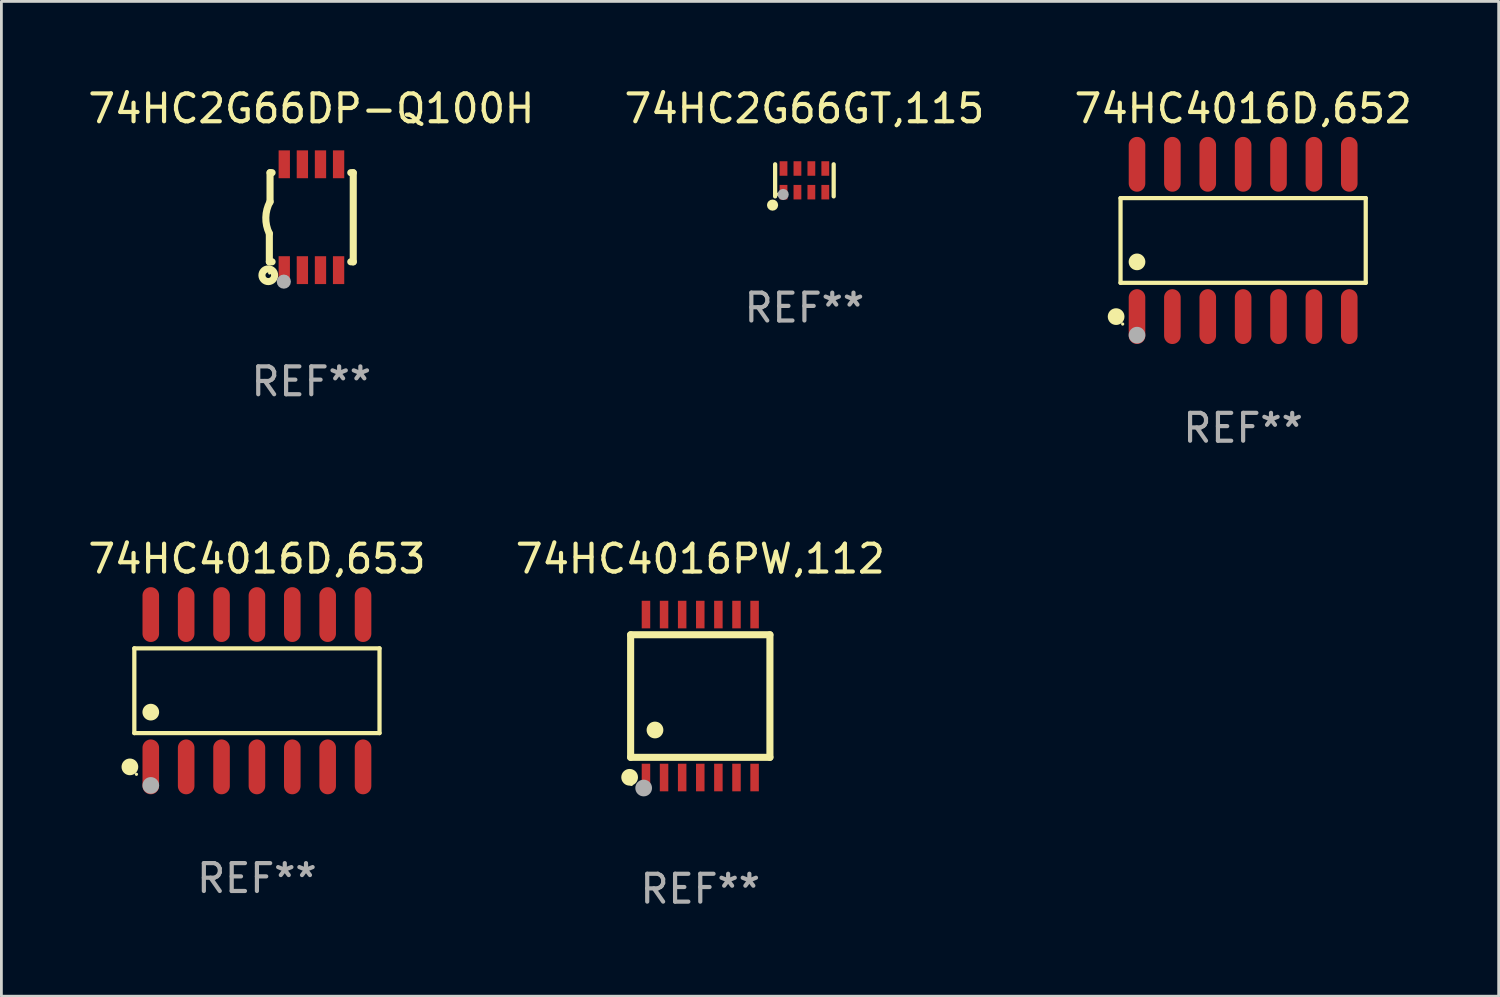
<source format=kicad_pcb>
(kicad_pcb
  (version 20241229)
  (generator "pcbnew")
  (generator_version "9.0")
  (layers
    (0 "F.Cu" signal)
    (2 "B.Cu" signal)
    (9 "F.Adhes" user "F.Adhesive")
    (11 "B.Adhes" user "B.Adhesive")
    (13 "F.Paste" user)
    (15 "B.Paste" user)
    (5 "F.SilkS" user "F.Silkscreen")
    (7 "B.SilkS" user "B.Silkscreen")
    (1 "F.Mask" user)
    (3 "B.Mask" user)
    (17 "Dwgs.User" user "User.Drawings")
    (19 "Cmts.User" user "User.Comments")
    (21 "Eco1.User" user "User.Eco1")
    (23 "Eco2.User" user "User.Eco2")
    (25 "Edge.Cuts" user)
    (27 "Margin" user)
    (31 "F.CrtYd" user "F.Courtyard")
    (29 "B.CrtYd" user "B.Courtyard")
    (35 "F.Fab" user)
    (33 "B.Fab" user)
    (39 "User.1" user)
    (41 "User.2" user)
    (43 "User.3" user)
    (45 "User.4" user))
  (footprint "74HC2G66GT,115"
    (layer "F.Cu")
    (at 25.827 3.424)
    (property "Reference" "74HC2G66GT,115" (at 0 -2.576 0) (layer "F.SilkS") (effects (font (size 1 1) (thickness 0.15))))
    (attr through_hole)
    (fp_line (start -1.051 0.576) (end -1.051 -0.576) (stroke (width 0.152) (type solid)) (layer "F.SilkS"))
    (fp_line (start 1.051 -0.576) (end 1.051 0.576) (stroke (width 0.152) (type solid)) (layer "F.SilkS"))
    (fp_circle (center -1.143 0.889) (end -1.043 0.889) (stroke (width 0.2) (type solid)) (fill no) (layer "F.SilkS"))
    (fp_circle (center -0.975 0.5) (end -0.945 0.5) (stroke (width 0.06) (type solid)) (fill no) (layer "F.SilkS"))
    (fp_circle (center -0.762 0.508) (end -0.662 0.508) (stroke (width 0.2) (type solid)) (fill no) (layer "F.Fab"))
    (fp_text user "REF**" (at 0 4.576 0) (layer "F.Fab") (effects (font (size 1 1) (thickness 0.15))))
    (pad "1" smd rect (at -0.75 0.425) (size 0.28 0.521) (layers "F.Cu" "F.Mask" "F.Paste"))
    (pad "2" smd rect (at -0.25 0.425) (size 0.28 0.521) (layers "F.Cu" "F.Mask" "F.Paste"))
    (pad "3" smd rect (at 0.25 0.425) (size 0.28 0.521) (layers "F.Cu" "F.Mask" "F.Paste"))
    (pad "4" smd rect (at 0.75 0.425) (size 0.28 0.521) (layers "F.Cu" "F.Mask" "F.Paste"))
    (pad "5" smd rect (at 0.75 -0.425) (size 0.28 0.521) (layers "F.Cu" "F.Mask" "F.Paste"))
    (pad "6" smd rect (at 0.25 -0.425) (size 0.28 0.521) (layers "F.Cu" "F.Mask" "F.Paste"))
    (pad "7" smd rect (at -0.25 -0.425) (size 0.28 0.521) (layers "F.Cu" "F.Mask" "F.Paste"))
    (pad "8" smd rect (at -0.75 -0.425) (size 0.28 0.521) (layers "F.Cu" "F.Mask" "F.Paste")))
  (footprint "74HC4016PW,112"
    (layer "F.Cu")
    (at 22.089 21.937)
    (property "Reference" "74HC4016PW,112" (at 0 -4.925 0) (layer "F.SilkS") (effects (font (size 1 1) (thickness 0.15))))
    (attr through_hole)
    (fp_line (start -2.5 2.2) (end -2.5 -2.2) (stroke (width 0.254) (type solid)) (layer "F.SilkS"))
    (fp_line (start -2.5 2.2) (end 2.5 2.2) (stroke (width 0.254) (type solid)) (layer "F.SilkS"))
    (fp_line (start 2.5 -2.2) (end -2.5 -2.2) (stroke (width 0.254) (type solid)) (layer "F.SilkS"))
    (fp_line (start 2.5 -2.2) (end 2.5 2.2) (stroke (width 0.254) (type solid)) (layer "F.SilkS"))
    (fp_circle (center -2.536 2.917) (end -2.386 2.917) (stroke (width 0.3) (type solid)) (fill no) (layer "F.SilkS"))
    (fp_circle (center -2.47 3.17) (end -2.44 3.17) (stroke (width 0.06) (type solid)) (fill no) (layer "F.SilkS"))
    (fp_circle (center -1.626 1.219) (end -1.475 1.219) (stroke (width 0.3) (type solid)) (fill no) (layer "F.SilkS"))
    (fp_circle (center -2.032 3.302) (end -1.882 3.302) (stroke (width 0.3) (type solid)) (fill no) (layer "F.Fab"))
    (fp_text user "REF**" (at 0 6.925 0) (layer "F.Fab") (effects (font (size 1 1) (thickness 0.15))))
    (pad "1" smd rect (at -1.95 2.925) (size 0.305 0.991) (layers "F.Cu" "F.Mask" "F.Paste"))
    (pad "2" smd rect (at -1.3 2.925) (size 0.305 0.991) (layers "F.Cu" "F.Mask" "F.Paste"))
    (pad "3" smd rect (at -0.65 2.925) (size 0.305 0.991) (layers "F.Cu" "F.Mask" "F.Paste"))
    (pad "4" smd rect (at 0 2.925) (size 0.305 0.991) (layers "F.Cu" "F.Mask" "F.Paste"))
    (pad "5" smd rect (at 0.65 2.925) (size 0.305 0.991) (layers "F.Cu" "F.Mask" "F.Paste"))
    (pad "6" smd rect (at 1.3 2.925) (size 0.305 0.991) (layers "F.Cu" "F.Mask" "F.Paste"))
    (pad "7" smd rect (at 1.95 2.925) (size 0.305 0.991) (layers "F.Cu" "F.Mask" "F.Paste"))
    (pad "8" smd rect (at 1.95 -2.925) (size 0.305 0.991) (layers "F.Cu" "F.Mask" "F.Paste"))
    (pad "9" smd rect (at 1.3 -2.925) (size 0.305 0.991) (layers "F.Cu" "F.Mask" "F.Paste"))
    (pad "10" smd rect (at 0.65 -2.925) (size 0.305 0.991) (layers "F.Cu" "F.Mask" "F.Paste"))
    (pad "11" smd rect (at 0 -2.925) (size 0.305 0.991) (layers "F.Cu" "F.Mask" "F.Paste"))
    (pad "12" smd rect (at -0.65 -2.925) (size 0.305 0.991) (layers "F.Cu" "F.Mask" "F.Paste"))
    (pad "13" smd rect (at -1.3 -2.925) (size 0.305 0.991) (layers "F.Cu" "F.Mask" "F.Paste"))
    (pad "14" smd rect (at -1.95 -2.925) (size 0.305 0.991) (layers "F.Cu" "F.Mask" "F.Paste")))
  (footprint "74HC2G66DP-Q100H"
    (layer "F.Cu")
    (at 8.125 4.748)
    (property "Reference" "74HC2G66DP-Q100H" (at 0 -3.9 0) (layer "F.SilkS") (effects (font (size 1 1) (thickness 0.15))))
    (attr through_hole)
    (fp_line (start -1.506 1.6) (end -1.506 0.584) (stroke (width 0.254) (type solid)) (layer "F.SilkS"))
    (fp_line (start -1.506 1.6) (end -1.407 1.6) (stroke (width 0.254) (type solid)) (layer "F.SilkS"))
    (fp_line (start -1.481 -1.599) (end -1.481 -0.549) (stroke (width 0.254) (type solid)) (layer "F.SilkS"))
    (fp_line (start -1.481 -1.599) (end -1.407 -1.599) (stroke (width 0.254) (type solid)) (layer "F.SilkS"))
    (fp_line (start 1.417 -1.599) (end 1.506 -1.599) (stroke (width 0.254) (type solid)) (layer "F.SilkS"))
    (fp_line (start 1.417 1.6) (end 1.506 1.6) (stroke (width 0.254) (type solid)) (layer "F.SilkS"))
    (fp_line (start 1.506 1.603) (end 1.506 -1.595) (stroke (width 0.254) (type solid)) (layer "F.SilkS"))
    (fp_arc (start -1.506223 0.584328) (mid -1.632455 0.00974) (end -1.480823 -0.558674) (stroke (width 0.254001) (type solid)) (layer "F.SilkS"))
    (fp_circle (center -1.544 2.083) (end -1.443 2.083) (stroke (width 0.254) (type solid)) (fill no) (layer "F.SilkS"))
    (fp_circle (center -1.495 2) (end -1.465 2) (stroke (width 0.06) (type solid)) (fill no) (layer "F.SilkS"))
    (fp_circle (center -0.986 2.312) (end -0.859 2.312) (stroke (width 0.254) (type solid)) (fill no) (layer "F.Fab"))
    (fp_text user "REF**" (at 0 5.9 0) (layer "F.Fab") (effects (font (size 1 1) (thickness 0.15))))
    (pad "1" smd rect (at -0.97 1.9 90) (size 1 0.406) (layers "F.Cu" "F.Mask" "F.Paste"))
    (pad "2" smd rect (at -0.32 1.9 90) (size 1 0.406) (layers "F.Cu" "F.Mask" "F.Paste"))
    (pad "3" smd rect (at 0.33 1.9 90) (size 1 0.406) (layers "F.Cu" "F.Mask" "F.Paste"))
    (pad "4" smd rect (at 0.98 1.9 90) (size 1 0.406) (layers "F.Cu" "F.Mask" "F.Paste"))
    (pad "5" smd rect (at 0.98 -1.9 90) (size 1 0.406) (layers "F.Cu" "F.Mask" "F.Paste"))
    (pad "6" smd rect (at 0.33 -1.9 90) (size 1 0.406) (layers "F.Cu" "F.Mask" "F.Paste"))
    (pad "7" smd rect (at -0.32 -1.9 90) (size 1 0.406) (layers "F.Cu" "F.Mask" "F.Paste"))
    (pad "8" smd rect (at -0.97 -1.9 90) (size 1 0.406) (layers "F.Cu" "F.Mask" "F.Paste")))
  (footprint "74HC4016D,652"
    (layer "F.Cu")
    (at 41.577 5.582)
    (property "Reference" "74HC4016D,652" (at 0 -4.734 0) (layer "F.SilkS") (effects (font (size 1 1) (thickness 0.15))))
    (attr through_hole)
    (fp_line (start -4.401 -1.521) (end 4.401 -1.521) (stroke (width 0.152) (type solid)) (layer "F.SilkS"))
    (fp_line (start -4.401 1.521) (end -4.401 -1.521) (stroke (width 0.152) (type solid)) (layer "F.SilkS"))
    (fp_line (start 4.401 -1.521) (end 4.401 1.521) (stroke (width 0.152) (type solid)) (layer "F.SilkS"))
    (fp_line (start 4.401 1.521) (end -4.401 1.521) (stroke (width 0.152) (type solid)) (layer "F.SilkS"))
    (fp_circle (center -4.56 2.734) (end -4.41 2.734) (stroke (width 0.3) (type solid)) (fill no) (layer "F.SilkS"))
    (fp_circle (center -4.325 3) (end -4.295 3) (stroke (width 0.06) (type solid)) (fill no) (layer "F.SilkS"))
    (fp_circle (center -3.81 0.769) (end -3.66 0.769) (stroke (width 0.3) (type solid)) (fill no) (layer "F.SilkS"))
    (fp_circle (center -3.81 3.4) (end -3.66 3.4) (stroke (width 0.3) (type solid)) (fill no) (layer "F.Fab"))
    (fp_text user "REF**" (at 0 6.734 0) (layer "F.Fab") (effects (font (size 1 1) (thickness 0.15))))
    (pad "1" smd oval (at -3.81 2.734) (size 0.595 1.968) (layers "F.Cu" "F.Mask" "F.Paste"))
    (pad "2" smd oval (at -2.54 2.734) (size 0.595 1.968) (layers "F.Cu" "F.Mask" "F.Paste"))
    (pad "3" smd oval (at -1.27 2.734) (size 0.595 1.968) (layers "F.Cu" "F.Mask" "F.Paste"))
    (pad "4" smd oval (at 0 2.734) (size 0.595 1.968) (layers "F.Cu" "F.Mask" "F.Paste"))
    (pad "5" smd oval (at 1.27 2.734) (size 0.595 1.968) (layers "F.Cu" "F.Mask" "F.Paste"))
    (pad "6" smd oval (at 2.54 2.734) (size 0.595 1.968) (layers "F.Cu" "F.Mask" "F.Paste"))
    (pad "7" smd oval (at 3.81 2.734) (size 0.595 1.968) (layers "F.Cu" "F.Mask" "F.Paste"))
    (pad "8" smd oval (at 3.81 -2.734) (size 0.595 1.968) (layers "F.Cu" "F.Mask" "F.Paste"))
    (pad "9" smd oval (at 2.54 -2.734) (size 0.595 1.968) (layers "F.Cu" "F.Mask" "F.Paste"))
    (pad "10" smd oval (at 1.27 -2.734) (size 0.595 1.968) (layers "F.Cu" "F.Mask" "F.Paste"))
    (pad "11" smd oval (at 0 -2.734) (size 0.595 1.968) (layers "F.Cu" "F.Mask" "F.Paste"))
    (pad "12" smd oval (at -1.27 -2.734) (size 0.595 1.968) (layers "F.Cu" "F.Mask" "F.Paste"))
    (pad "13" smd oval (at -2.54 -2.734) (size 0.595 1.968) (layers "F.Cu" "F.Mask" "F.Paste"))
    (pad "14" smd oval (at -3.81 -2.734) (size 0.595 1.968) (layers "F.Cu" "F.Mask" "F.Paste")))
  (footprint "74HC4016D,653"
    (layer "F.Cu")
    (at 6.173 21.746)
    (property "Reference" "74HC4016D,653" (at 0 -4.734 0) (layer "F.SilkS") (effects (font (size 1 1) (thickness 0.15))))
    (attr through_hole)
    (fp_line (start -4.401 -1.521) (end 4.401 -1.521) (stroke (width 0.152) (type solid)) (layer "F.SilkS"))
    (fp_line (start -4.401 1.521) (end -4.401 -1.521) (stroke (width 0.152) (type solid)) (layer "F.SilkS"))
    (fp_line (start 4.401 -1.521) (end 4.401 1.521) (stroke (width 0.152) (type solid)) (layer "F.SilkS"))
    (fp_line (start 4.401 1.521) (end -4.401 1.521) (stroke (width 0.152) (type solid)) (layer "F.SilkS"))
    (fp_circle (center -4.56 2.734) (end -4.41 2.734) (stroke (width 0.3) (type solid)) (fill no) (layer "F.SilkS"))
    (fp_circle (center -4.325 3) (end -4.295 3) (stroke (width 0.06) (type solid)) (fill no) (layer "F.SilkS"))
    (fp_circle (center -3.81 0.769) (end -3.66 0.769) (stroke (width 0.3) (type solid)) (fill no) (layer "F.SilkS"))
    (fp_circle (center -3.81 3.4) (end -3.66 3.4) (stroke (width 0.3) (type solid)) (fill no) (layer "F.Fab"))
    (fp_text user "REF**" (at 0 6.734 0) (layer "F.Fab") (effects (font (size 1 1) (thickness 0.15))))
    (pad "1" smd oval (at -3.81 2.734) (size 0.595 1.968) (layers "F.Cu" "F.Mask" "F.Paste"))
    (pad "2" smd oval (at -2.54 2.734) (size 0.595 1.968) (layers "F.Cu" "F.Mask" "F.Paste"))
    (pad "3" smd oval (at -1.27 2.734) (size 0.595 1.968) (layers "F.Cu" "F.Mask" "F.Paste"))
    (pad "4" smd oval (at 0 2.734) (size 0.595 1.968) (layers "F.Cu" "F.Mask" "F.Paste"))
    (pad "5" smd oval (at 1.27 2.734) (size 0.595 1.968) (layers "F.Cu" "F.Mask" "F.Paste"))
    (pad "6" smd oval (at 2.54 2.734) (size 0.595 1.968) (layers "F.Cu" "F.Mask" "F.Paste"))
    (pad "7" smd oval (at 3.81 2.734) (size 0.595 1.968) (layers "F.Cu" "F.Mask" "F.Paste"))
    (pad "8" smd oval (at 3.81 -2.734) (size 0.595 1.968) (layers "F.Cu" "F.Mask" "F.Paste"))
    (pad "9" smd oval (at 2.54 -2.734) (size 0.595 1.968) (layers "F.Cu" "F.Mask" "F.Paste"))
    (pad "10" smd oval (at 1.27 -2.734) (size 0.595 1.968) (layers "F.Cu" "F.Mask" "F.Paste"))
    (pad "11" smd oval (at 0 -2.734) (size 0.595 1.968) (layers "F.Cu" "F.Mask" "F.Paste"))
    (pad "12" smd oval (at -1.27 -2.734) (size 0.595 1.968) (layers "F.Cu" "F.Mask" "F.Paste"))
    (pad "13" smd oval (at -2.54 -2.734) (size 0.595 1.968) (layers "F.Cu" "F.Mask" "F.Paste"))
    (pad "14" smd oval (at -3.81 -2.734) (size 0.595 1.968) (layers "F.Cu" "F.Mask" "F.Paste")))
  (gr_rect
    (start -3 -3)
    (end 50.75 32.711)
    (stroke (width 0.1) (type default))
    (fill no)
    (layer "Edge.Cuts")))
</source>
